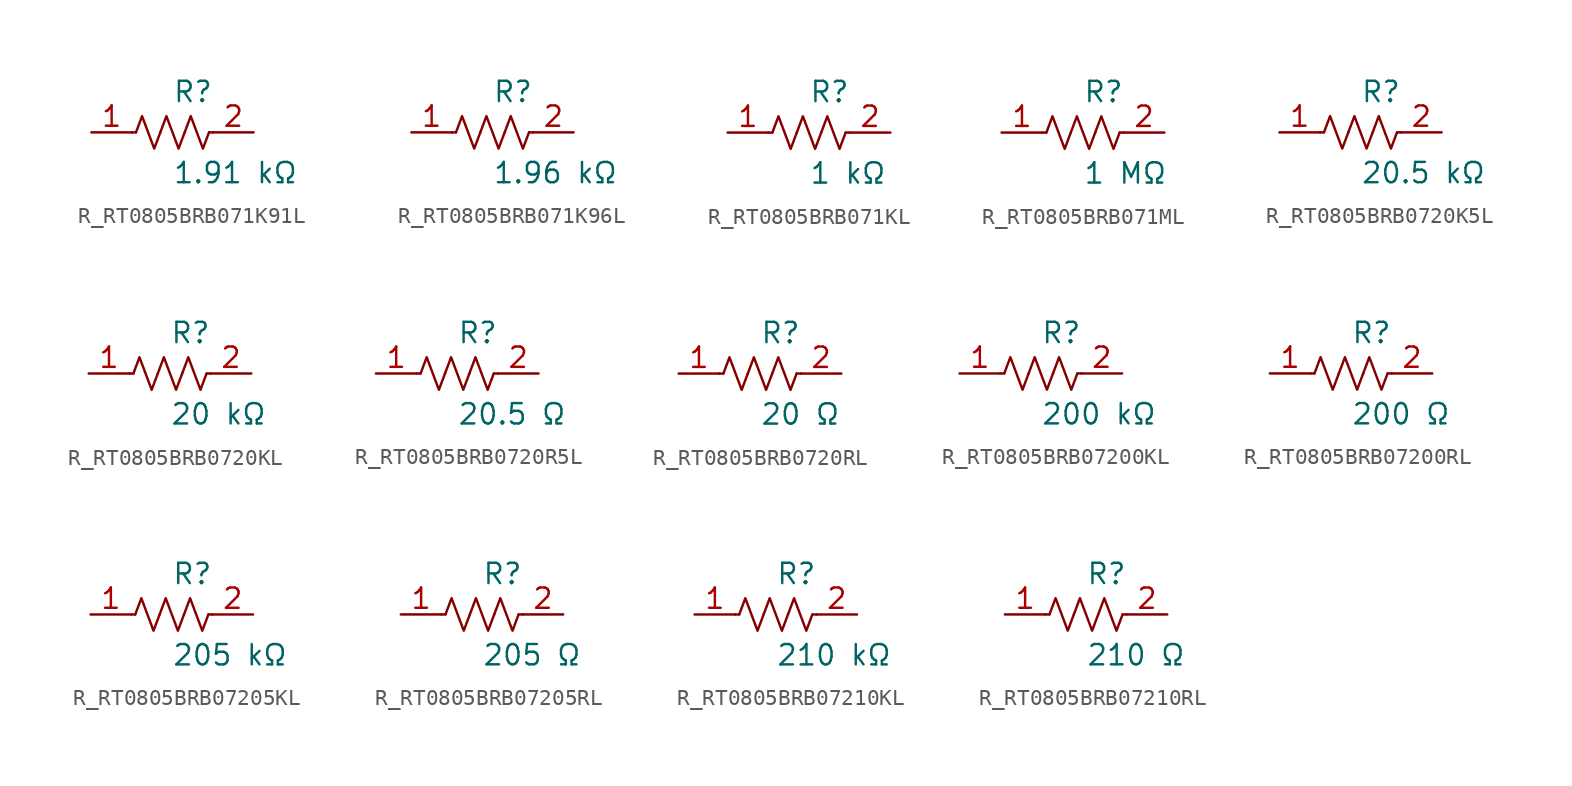
<source format=kicad_sym>
(kicad_symbol_lib
  (version 20231120)
  (generator kicad_symbol_editor)
  (generator_version 8.0)
  (symbol "R_RT0805BRB071K91L"
    (pin_names
      (offset 0.254))
    (property "Reference" "R"
      (at 0 2.54 0)
      (effects (font (size 1.27 1.27)) (justify left)))
    (property "Value" "1.91 kΩ"
      (at 0 -2.54 0)
      (effects (font (size 1.27 1.27)) (justify left)))
    (symbol "R_RT0805BRB071K91L_0_1"
      (polyline (pts (xy 2.286 0) (xy 2.54 0)) (stroke (width 0) (type default)) (fill (type none)))
      (polyline (pts (xy -2.286 0) (xy -2.54 0)) (stroke (width 0) (type default)) (fill (type none)))
      (polyline (pts (xy 0.762 0) (xy 1.143 1.016) (xy 1.524 0) (xy 1.905 -1.016) (xy 2.286 0)) (stroke (width 0) (type default)) (fill (type none)))
      (polyline (pts (xy -0.762 0) (xy -0.381 1.016) (xy 0 0) (xy 0.381 -1.016) (xy 0.762 0)) (stroke (width 0) (type default)) (fill (type none)))
      (polyline (pts (xy -2.286 0) (xy -1.905 1.016) (xy -1.524 0) (xy -1.143 -1.016) (xy -0.762 0)) (stroke (width 0) (type default)) (fill (type none))))
    (pin unspecified line
      (at -5.08 0 0)
      (length 2.54)
      (name "" (effects (font (size 1.27 1.27))))
      (number "1" (effects (font (size 1.27 1.27)))))
    (pin unspecified line
      (at 5.08 0 180)
      (length 2.54)
      (name "" (effects (font (size 1.27 1.27))))
      (number "2" (effects (font (size 1.27 1.27))))))
  (symbol "R_RT0805BRB071K96L"
    (pin_names
      (offset 0.254))
    (property "Reference" "R"
      (at 0 2.54 0)
      (effects (font (size 1.27 1.27)) (justify left)))
    (property "Value" "1.96 kΩ"
      (at 0 -2.54 0)
      (effects (font (size 1.27 1.27)) (justify left)))
    (symbol "R_RT0805BRB071K96L_0_1"
      (polyline (pts (xy 2.286 0) (xy 2.54 0)) (stroke (width 0) (type default)) (fill (type none)))
      (polyline (pts (xy -2.286 0) (xy -2.54 0)) (stroke (width 0) (type default)) (fill (type none)))
      (polyline (pts (xy 0.762 0) (xy 1.143 1.016) (xy 1.524 0) (xy 1.905 -1.016) (xy 2.286 0)) (stroke (width 0) (type default)) (fill (type none)))
      (polyline (pts (xy -0.762 0) (xy -0.381 1.016) (xy 0 0) (xy 0.381 -1.016) (xy 0.762 0)) (stroke (width 0) (type default)) (fill (type none)))
      (polyline (pts (xy -2.286 0) (xy -1.905 1.016) (xy -1.524 0) (xy -1.143 -1.016) (xy -0.762 0)) (stroke (width 0) (type default)) (fill (type none))))
    (pin unspecified line
      (at -5.08 0 0)
      (length 2.54)
      (name "" (effects (font (size 1.27 1.27))))
      (number "1" (effects (font (size 1.27 1.27)))))
    (pin unspecified line
      (at 5.08 0 180)
      (length 2.54)
      (name "" (effects (font (size 1.27 1.27))))
      (number "2" (effects (font (size 1.27 1.27))))))
  (symbol "R_RT0805BRB071KL"
    (pin_names
      (offset 0.254))
    (property "Reference" "R"
      (at 0 2.54 0)
      (effects (font (size 1.27 1.27)) (justify left)))
    (property "Value" "1 kΩ"
      (at 0 -2.54 0)
      (effects (font (size 1.27 1.27)) (justify left)))
    (symbol "R_RT0805BRB071KL_0_1"
      (polyline (pts (xy 2.286 0) (xy 2.54 0)) (stroke (width 0) (type default)) (fill (type none)))
      (polyline (pts (xy -2.286 0) (xy -2.54 0)) (stroke (width 0) (type default)) (fill (type none)))
      (polyline (pts (xy 0.762 0) (xy 1.143 1.016) (xy 1.524 0) (xy 1.905 -1.016) (xy 2.286 0)) (stroke (width 0) (type default)) (fill (type none)))
      (polyline (pts (xy -0.762 0) (xy -0.381 1.016) (xy 0 0) (xy 0.381 -1.016) (xy 0.762 0)) (stroke (width 0) (type default)) (fill (type none)))
      (polyline (pts (xy -2.286 0) (xy -1.905 1.016) (xy -1.524 0) (xy -1.143 -1.016) (xy -0.762 0)) (stroke (width 0) (type default)) (fill (type none))))
    (pin unspecified line
      (at -5.08 0 0)
      (length 2.54)
      (name "" (effects (font (size 1.27 1.27))))
      (number "1" (effects (font (size 1.27 1.27)))))
    (pin unspecified line
      (at 5.08 0 180)
      (length 2.54)
      (name "" (effects (font (size 1.27 1.27))))
      (number "2" (effects (font (size 1.27 1.27))))))
  (symbol "R_RT0805BRB071ML"
    (pin_names
      (offset 0.254))
    (property "Reference" "R"
      (at 0 2.54 0)
      (effects (font (size 1.27 1.27)) (justify left)))
    (property "Value" "1 MΩ"
      (at 0 -2.54 0)
      (effects (font (size 1.27 1.27)) (justify left)))
    (symbol "R_RT0805BRB071ML_0_1"
      (polyline (pts (xy 2.286 0) (xy 2.54 0)) (stroke (width 0) (type default)) (fill (type none)))
      (polyline (pts (xy -2.286 0) (xy -2.54 0)) (stroke (width 0) (type default)) (fill (type none)))
      (polyline (pts (xy 0.762 0) (xy 1.143 1.016) (xy 1.524 0) (xy 1.905 -1.016) (xy 2.286 0)) (stroke (width 0) (type default)) (fill (type none)))
      (polyline (pts (xy -0.762 0) (xy -0.381 1.016) (xy 0 0) (xy 0.381 -1.016) (xy 0.762 0)) (stroke (width 0) (type default)) (fill (type none)))
      (polyline (pts (xy -2.286 0) (xy -1.905 1.016) (xy -1.524 0) (xy -1.143 -1.016) (xy -0.762 0)) (stroke (width 0) (type default)) (fill (type none))))
    (pin unspecified line
      (at -5.08 0 0)
      (length 2.54)
      (name "" (effects (font (size 1.27 1.27))))
      (number "1" (effects (font (size 1.27 1.27)))))
    (pin unspecified line
      (at 5.08 0 180)
      (length 2.54)
      (name "" (effects (font (size 1.27 1.27))))
      (number "2" (effects (font (size 1.27 1.27))))))
  (symbol "R_RT0805BRB0720K5L"
    (pin_names
      (offset 0.254))
    (property "Reference" "R"
      (at 0 2.54 0)
      (effects (font (size 1.27 1.27)) (justify left)))
    (property "Value" "20.5 kΩ"
      (at 0 -2.54 0)
      (effects (font (size 1.27 1.27)) (justify left)))
    (symbol "R_RT0805BRB0720K5L_0_1"
      (polyline (pts (xy 2.286 0) (xy 2.54 0)) (stroke (width 0) (type default)) (fill (type none)))
      (polyline (pts (xy -2.286 0) (xy -2.54 0)) (stroke (width 0) (type default)) (fill (type none)))
      (polyline (pts (xy 0.762 0) (xy 1.143 1.016) (xy 1.524 0) (xy 1.905 -1.016) (xy 2.286 0)) (stroke (width 0) (type default)) (fill (type none)))
      (polyline (pts (xy -0.762 0) (xy -0.381 1.016) (xy 0 0) (xy 0.381 -1.016) (xy 0.762 0)) (stroke (width 0) (type default)) (fill (type none)))
      (polyline (pts (xy -2.286 0) (xy -1.905 1.016) (xy -1.524 0) (xy -1.143 -1.016) (xy -0.762 0)) (stroke (width 0) (type default)) (fill (type none))))
    (pin unspecified line
      (at -5.08 0 0)
      (length 2.54)
      (name "" (effects (font (size 1.27 1.27))))
      (number "1" (effects (font (size 1.27 1.27)))))
    (pin unspecified line
      (at 5.08 0 180)
      (length 2.54)
      (name "" (effects (font (size 1.27 1.27))))
      (number "2" (effects (font (size 1.27 1.27))))))
  (symbol "R_RT0805BRB0720KL"
    (pin_names
      (offset 0.254))
    (property "Reference" "R"
      (at 0 2.54 0)
      (effects (font (size 1.27 1.27)) (justify left)))
    (property "Value" "20 kΩ"
      (at 0 -2.54 0)
      (effects (font (size 1.27 1.27)) (justify left)))
    (symbol "R_RT0805BRB0720KL_0_1"
      (polyline (pts (xy 2.286 0) (xy 2.54 0)) (stroke (width 0) (type default)) (fill (type none)))
      (polyline (pts (xy -2.286 0) (xy -2.54 0)) (stroke (width 0) (type default)) (fill (type none)))
      (polyline (pts (xy 0.762 0) (xy 1.143 1.016) (xy 1.524 0) (xy 1.905 -1.016) (xy 2.286 0)) (stroke (width 0) (type default)) (fill (type none)))
      (polyline (pts (xy -0.762 0) (xy -0.381 1.016) (xy 0 0) (xy 0.381 -1.016) (xy 0.762 0)) (stroke (width 0) (type default)) (fill (type none)))
      (polyline (pts (xy -2.286 0) (xy -1.905 1.016) (xy -1.524 0) (xy -1.143 -1.016) (xy -0.762 0)) (stroke (width 0) (type default)) (fill (type none))))
    (pin unspecified line
      (at -5.08 0 0)
      (length 2.54)
      (name "" (effects (font (size 1.27 1.27))))
      (number "1" (effects (font (size 1.27 1.27)))))
    (pin unspecified line
      (at 5.08 0 180)
      (length 2.54)
      (name "" (effects (font (size 1.27 1.27))))
      (number "2" (effects (font (size 1.27 1.27))))))
  (symbol "R_RT0805BRB0720R5L"
    (pin_names
      (offset 0.254))
    (property "Reference" "R"
      (at 0 2.54 0)
      (effects (font (size 1.27 1.27)) (justify left)))
    (property "Value" "20.5 Ω"
      (at 0 -2.54 0)
      (effects (font (size 1.27 1.27)) (justify left)))
    (symbol "R_RT0805BRB0720R5L_0_1"
      (polyline (pts (xy 2.286 0) (xy 2.54 0)) (stroke (width 0) (type default)) (fill (type none)))
      (polyline (pts (xy -2.286 0) (xy -2.54 0)) (stroke (width 0) (type default)) (fill (type none)))
      (polyline (pts (xy 0.762 0) (xy 1.143 1.016) (xy 1.524 0) (xy 1.905 -1.016) (xy 2.286 0)) (stroke (width 0) (type default)) (fill (type none)))
      (polyline (pts (xy -0.762 0) (xy -0.381 1.016) (xy 0 0) (xy 0.381 -1.016) (xy 0.762 0)) (stroke (width 0) (type default)) (fill (type none)))
      (polyline (pts (xy -2.286 0) (xy -1.905 1.016) (xy -1.524 0) (xy -1.143 -1.016) (xy -0.762 0)) (stroke (width 0) (type default)) (fill (type none))))
    (pin unspecified line
      (at -5.08 0 0)
      (length 2.54)
      (name "" (effects (font (size 1.27 1.27))))
      (number "1" (effects (font (size 1.27 1.27)))))
    (pin unspecified line
      (at 5.08 0 180)
      (length 2.54)
      (name "" (effects (font (size 1.27 1.27))))
      (number "2" (effects (font (size 1.27 1.27))))))
  (symbol "R_RT0805BRB0720RL"
    (pin_names
      (offset 0.254))
    (property "Reference" "R"
      (at 0 2.54 0)
      (effects (font (size 1.27 1.27)) (justify left)))
    (property "Value" "20 Ω"
      (at 0 -2.54 0)
      (effects (font (size 1.27 1.27)) (justify left)))
    (symbol "R_RT0805BRB0720RL_0_1"
      (polyline (pts (xy 2.286 0) (xy 2.54 0)) (stroke (width 0) (type default)) (fill (type none)))
      (polyline (pts (xy -2.286 0) (xy -2.54 0)) (stroke (width 0) (type default)) (fill (type none)))
      (polyline (pts (xy 0.762 0) (xy 1.143 1.016) (xy 1.524 0) (xy 1.905 -1.016) (xy 2.286 0)) (stroke (width 0) (type default)) (fill (type none)))
      (polyline (pts (xy -0.762 0) (xy -0.381 1.016) (xy 0 0) (xy 0.381 -1.016) (xy 0.762 0)) (stroke (width 0) (type default)) (fill (type none)))
      (polyline (pts (xy -2.286 0) (xy -1.905 1.016) (xy -1.524 0) (xy -1.143 -1.016) (xy -0.762 0)) (stroke (width 0) (type default)) (fill (type none))))
    (pin unspecified line
      (at -5.08 0 0)
      (length 2.54)
      (name "" (effects (font (size 1.27 1.27))))
      (number "1" (effects (font (size 1.27 1.27)))))
    (pin unspecified line
      (at 5.08 0 180)
      (length 2.54)
      (name "" (effects (font (size 1.27 1.27))))
      (number "2" (effects (font (size 1.27 1.27))))))
  (symbol "R_RT0805BRB07200KL"
    (pin_names
      (offset 0.254))
    (property "Reference" "R"
      (at 0 2.54 0)
      (effects (font (size 1.27 1.27)) (justify left)))
    (property "Value" "200 kΩ"
      (at 0 -2.54 0)
      (effects (font (size 1.27 1.27)) (justify left)))
    (symbol "R_RT0805BRB07200KL_0_1"
      (polyline (pts (xy 2.286 0) (xy 2.54 0)) (stroke (width 0) (type default)) (fill (type none)))
      (polyline (pts (xy -2.286 0) (xy -2.54 0)) (stroke (width 0) (type default)) (fill (type none)))
      (polyline (pts (xy 0.762 0) (xy 1.143 1.016) (xy 1.524 0) (xy 1.905 -1.016) (xy 2.286 0)) (stroke (width 0) (type default)) (fill (type none)))
      (polyline (pts (xy -0.762 0) (xy -0.381 1.016) (xy 0 0) (xy 0.381 -1.016) (xy 0.762 0)) (stroke (width 0) (type default)) (fill (type none)))
      (polyline (pts (xy -2.286 0) (xy -1.905 1.016) (xy -1.524 0) (xy -1.143 -1.016) (xy -0.762 0)) (stroke (width 0) (type default)) (fill (type none))))
    (pin unspecified line
      (at -5.08 0 0)
      (length 2.54)
      (name "" (effects (font (size 1.27 1.27))))
      (number "1" (effects (font (size 1.27 1.27)))))
    (pin unspecified line
      (at 5.08 0 180)
      (length 2.54)
      (name "" (effects (font (size 1.27 1.27))))
      (number "2" (effects (font (size 1.27 1.27))))))
  (symbol "R_RT0805BRB07200RL"
    (pin_names
      (offset 0.254))
    (property "Reference" "R"
      (at 0 2.54 0)
      (effects (font (size 1.27 1.27)) (justify left)))
    (property "Value" "200 Ω"
      (at 0 -2.54 0)
      (effects (font (size 1.27 1.27)) (justify left)))
    (symbol "R_RT0805BRB07200RL_0_1"
      (polyline (pts (xy 2.286 0) (xy 2.54 0)) (stroke (width 0) (type default)) (fill (type none)))
      (polyline (pts (xy -2.286 0) (xy -2.54 0)) (stroke (width 0) (type default)) (fill (type none)))
      (polyline (pts (xy 0.762 0) (xy 1.143 1.016) (xy 1.524 0) (xy 1.905 -1.016) (xy 2.286 0)) (stroke (width 0) (type default)) (fill (type none)))
      (polyline (pts (xy -0.762 0) (xy -0.381 1.016) (xy 0 0) (xy 0.381 -1.016) (xy 0.762 0)) (stroke (width 0) (type default)) (fill (type none)))
      (polyline (pts (xy -2.286 0) (xy -1.905 1.016) (xy -1.524 0) (xy -1.143 -1.016) (xy -0.762 0)) (stroke (width 0) (type default)) (fill (type none))))
    (pin unspecified line
      (at -5.08 0 0)
      (length 2.54)
      (name "" (effects (font (size 1.27 1.27))))
      (number "1" (effects (font (size 1.27 1.27)))))
    (pin unspecified line
      (at 5.08 0 180)
      (length 2.54)
      (name "" (effects (font (size 1.27 1.27))))
      (number "2" (effects (font (size 1.27 1.27))))))
  (symbol "R_RT0805BRB07205KL"
    (pin_names
      (offset 0.254))
    (property "Reference" "R"
      (at 0 2.54 0)
      (effects (font (size 1.27 1.27)) (justify left)))
    (property "Value" "205 kΩ"
      (at 0 -2.54 0)
      (effects (font (size 1.27 1.27)) (justify left)))
    (symbol "R_RT0805BRB07205KL_0_1"
      (polyline (pts (xy 2.286 0) (xy 2.54 0)) (stroke (width 0) (type default)) (fill (type none)))
      (polyline (pts (xy -2.286 0) (xy -2.54 0)) (stroke (width 0) (type default)) (fill (type none)))
      (polyline (pts (xy 0.762 0) (xy 1.143 1.016) (xy 1.524 0) (xy 1.905 -1.016) (xy 2.286 0)) (stroke (width 0) (type default)) (fill (type none)))
      (polyline (pts (xy -0.762 0) (xy -0.381 1.016) (xy 0 0) (xy 0.381 -1.016) (xy 0.762 0)) (stroke (width 0) (type default)) (fill (type none)))
      (polyline (pts (xy -2.286 0) (xy -1.905 1.016) (xy -1.524 0) (xy -1.143 -1.016) (xy -0.762 0)) (stroke (width 0) (type default)) (fill (type none))))
    (pin unspecified line
      (at -5.08 0 0)
      (length 2.54)
      (name "" (effects (font (size 1.27 1.27))))
      (number "1" (effects (font (size 1.27 1.27)))))
    (pin unspecified line
      (at 5.08 0 180)
      (length 2.54)
      (name "" (effects (font (size 1.27 1.27))))
      (number "2" (effects (font (size 1.27 1.27))))))
  (symbol "R_RT0805BRB07205RL"
    (pin_names
      (offset 0.254))
    (property "Reference" "R"
      (at 0 2.54 0)
      (effects (font (size 1.27 1.27)) (justify left)))
    (property "Value" "205 Ω"
      (at 0 -2.54 0)
      (effects (font (size 1.27 1.27)) (justify left)))
    (symbol "R_RT0805BRB07205RL_0_1"
      (polyline (pts (xy 2.286 0) (xy 2.54 0)) (stroke (width 0) (type default)) (fill (type none)))
      (polyline (pts (xy -2.286 0) (xy -2.54 0)) (stroke (width 0) (type default)) (fill (type none)))
      (polyline (pts (xy 0.762 0) (xy 1.143 1.016) (xy 1.524 0) (xy 1.905 -1.016) (xy 2.286 0)) (stroke (width 0) (type default)) (fill (type none)))
      (polyline (pts (xy -0.762 0) (xy -0.381 1.016) (xy 0 0) (xy 0.381 -1.016) (xy 0.762 0)) (stroke (width 0) (type default)) (fill (type none)))
      (polyline (pts (xy -2.286 0) (xy -1.905 1.016) (xy -1.524 0) (xy -1.143 -1.016) (xy -0.762 0)) (stroke (width 0) (type default)) (fill (type none))))
    (pin unspecified line
      (at -5.08 0 0)
      (length 2.54)
      (name "" (effects (font (size 1.27 1.27))))
      (number "1" (effects (font (size 1.27 1.27)))))
    (pin unspecified line
      (at 5.08 0 180)
      (length 2.54)
      (name "" (effects (font (size 1.27 1.27))))
      (number "2" (effects (font (size 1.27 1.27))))))
  (symbol "R_RT0805BRB07210KL"
    (pin_names
      (offset 0.254))
    (property "Reference" "R"
      (at 0 2.54 0)
      (effects (font (size 1.27 1.27)) (justify left)))
    (property "Value" "210 kΩ"
      (at 0 -2.54 0)
      (effects (font (size 1.27 1.27)) (justify left)))
    (symbol "R_RT0805BRB07210KL_0_1"
      (polyline (pts (xy 2.286 0) (xy 2.54 0)) (stroke (width 0) (type default)) (fill (type none)))
      (polyline (pts (xy -2.286 0) (xy -2.54 0)) (stroke (width 0) (type default)) (fill (type none)))
      (polyline (pts (xy 0.762 0) (xy 1.143 1.016) (xy 1.524 0) (xy 1.905 -1.016) (xy 2.286 0)) (stroke (width 0) (type default)) (fill (type none)))
      (polyline (pts (xy -0.762 0) (xy -0.381 1.016) (xy 0 0) (xy 0.381 -1.016) (xy 0.762 0)) (stroke (width 0) (type default)) (fill (type none)))
      (polyline (pts (xy -2.286 0) (xy -1.905 1.016) (xy -1.524 0) (xy -1.143 -1.016) (xy -0.762 0)) (stroke (width 0) (type default)) (fill (type none))))
    (pin unspecified line
      (at -5.08 0 0)
      (length 2.54)
      (name "" (effects (font (size 1.27 1.27))))
      (number "1" (effects (font (size 1.27 1.27)))))
    (pin unspecified line
      (at 5.08 0 180)
      (length 2.54)
      (name "" (effects (font (size 1.27 1.27))))
      (number "2" (effects (font (size 1.27 1.27))))))
  (symbol "R_RT0805BRB07210RL"
    (pin_names
      (offset 0.254))
    (property "Reference" "R"
      (at 0 2.54 0)
      (effects (font (size 1.27 1.27)) (justify left)))
    (property "Value" "210 Ω"
      (at 0 -2.54 0)
      (effects (font (size 1.27 1.27)) (justify left)))
    (symbol "R_RT0805BRB07210RL_0_1"
      (polyline (pts (xy 2.286 0) (xy 2.54 0)) (stroke (width 0) (type default)) (fill (type none)))
      (polyline (pts (xy -2.286 0) (xy -2.54 0)) (stroke (width 0) (type default)) (fill (type none)))
      (polyline (pts (xy 0.762 0) (xy 1.143 1.016) (xy 1.524 0) (xy 1.905 -1.016) (xy 2.286 0)) (stroke (width 0) (type default)) (fill (type none)))
      (polyline (pts (xy -0.762 0) (xy -0.381 1.016) (xy 0 0) (xy 0.381 -1.016) (xy 0.762 0)) (stroke (width 0) (type default)) (fill (type none)))
      (polyline (pts (xy -2.286 0) (xy -1.905 1.016) (xy -1.524 0) (xy -1.143 -1.016) (xy -0.762 0)) (stroke (width 0) (type default)) (fill (type none))))
    (pin unspecified line
      (at -5.08 0 0)
      (length 2.54)
      (name "" (effects (font (size 1.27 1.27))))
      (number "1" (effects (font (size 1.27 1.27)))))
    (pin unspecified line
      (at 5.08 0 180)
      (length 2.54)
      (name "" (effects (font (size 1.27 1.27))))
      (number "2" (effects (font (size 1.27 1.27)))))))
</source>
